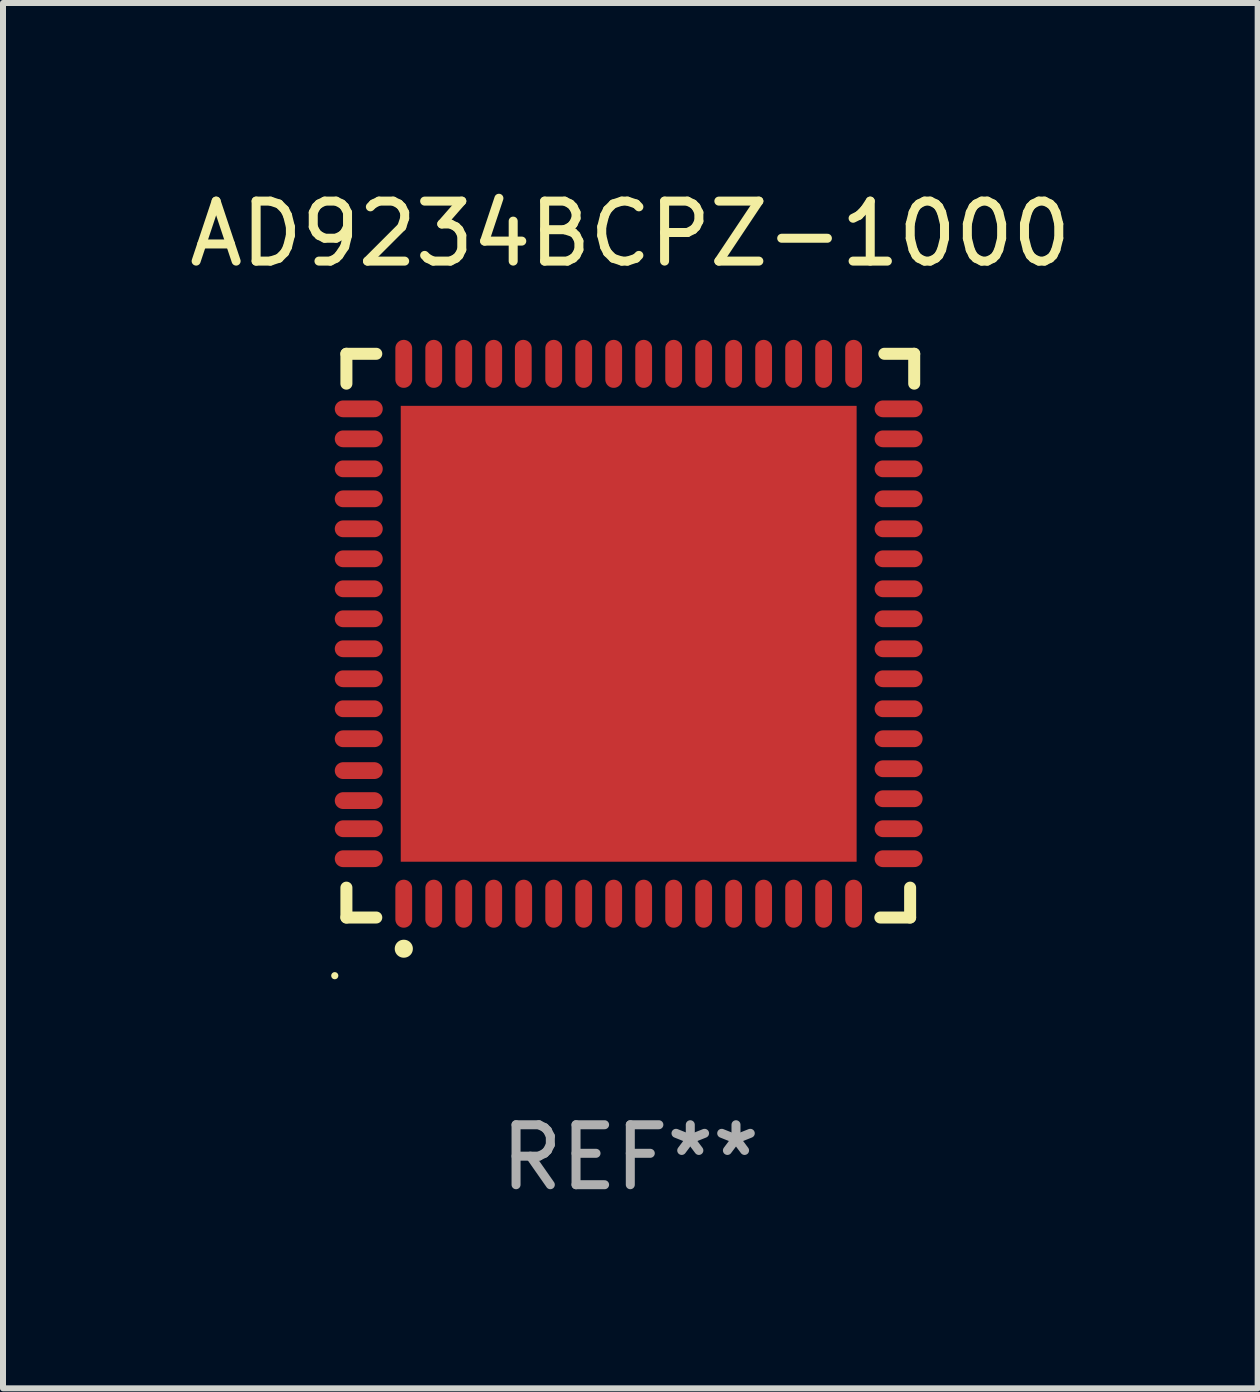
<source format=kicad_pcb>
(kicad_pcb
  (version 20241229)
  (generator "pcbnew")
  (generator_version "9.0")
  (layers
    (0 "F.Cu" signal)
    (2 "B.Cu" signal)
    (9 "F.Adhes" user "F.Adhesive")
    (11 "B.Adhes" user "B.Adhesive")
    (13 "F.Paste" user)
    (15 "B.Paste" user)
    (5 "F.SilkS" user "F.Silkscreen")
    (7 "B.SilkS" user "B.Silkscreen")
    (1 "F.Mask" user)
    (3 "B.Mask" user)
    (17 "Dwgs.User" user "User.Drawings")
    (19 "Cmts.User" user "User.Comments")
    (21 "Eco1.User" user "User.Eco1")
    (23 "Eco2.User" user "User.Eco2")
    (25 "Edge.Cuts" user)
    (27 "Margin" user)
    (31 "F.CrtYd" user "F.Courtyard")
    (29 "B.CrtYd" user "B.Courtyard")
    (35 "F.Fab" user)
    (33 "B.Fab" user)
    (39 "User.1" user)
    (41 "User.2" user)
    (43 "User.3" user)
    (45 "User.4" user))
  (footprint "AD9234BCPZ-1000"
    (layer "F.Cu")
    (at 7.458 7.547)
    (property "Reference" "AD9234BCPZ-1000" (at 0 -6.699 0) (layer "F.SilkS") (effects (font (size 1 1) (thickness 0.15))))
    (attr through_hole)
    (fp_line (start -4.733 -4.699) (end -4.235 -4.699) (stroke (width 0.2) (type solid)) (layer "F.SilkS"))
    (fp_line (start -4.733 -4.201) (end -4.733 -4.699) (stroke (width 0.2) (type solid)) (layer "F.SilkS"))
    (fp_line (start -4.733 4.699) (end -4.733 4.201) (stroke (width 0.2) (type solid)) (layer "F.SilkS"))
    (fp_line (start -4.235 4.699) (end -4.733 4.699) (stroke (width 0.2) (type solid)) (layer "F.SilkS"))
    (fp_line (start 4.168 4.699) (end 4.665 4.699) (stroke (width 0.2) (type solid)) (layer "F.SilkS"))
    (fp_line (start 4.665 4.699) (end 4.665 4.201) (stroke (width 0.2) (type solid)) (layer "F.SilkS"))
    (fp_line (start 4.733 -4.699) (end 4.235 -4.699) (stroke (width 0.2) (type solid)) (layer "F.SilkS"))
    (fp_line (start 4.733 -4.201) (end 4.733 -4.699) (stroke (width 0.2) (type solid)) (layer "F.SilkS"))
    (fp_arc (start -3.777419 5.219329) (mid -3.776149 5.219324) (end -3.774879 5.219329) (stroke (width 0.3) (type solid)) (layer "F.SilkS"))
    (fp_circle (center -4.927 5.669) (end -4.897 5.669) (stroke (width 0.06) (type solid)) (fill no) (layer "F.SilkS"))
    (fp_text user "REF**" (at 0 8.699 0) (layer "F.Fab") (effects (font (size 1 1) (thickness 0.15))))
    (pad "1" smd oval (at -3.777 4.469 180) (size 0.28 0.8) (layers "F.Cu" "F.Mask" "F.Paste"))
    (pad "2" smd oval (at -3.277 4.469 180) (size 0.28 0.8) (layers "F.Cu" "F.Mask" "F.Paste"))
    (pad "3" smd oval (at -2.777 4.469 180) (size 0.28 0.8) (layers "F.Cu" "F.Mask" "F.Paste"))
    (pad "4" smd oval (at -2.277 4.469 180) (size 0.28 0.8) (layers "F.Cu" "F.Mask" "F.Paste"))
    (pad "5" smd oval (at -1.777 4.469 180) (size 0.28 0.8) (layers "F.Cu" "F.Mask" "F.Paste"))
    (pad "6" smd oval (at -1.277 4.469 180) (size 0.28 0.8) (layers "F.Cu" "F.Mask" "F.Paste"))
    (pad "7" smd oval (at -0.777 4.469 180) (size 0.28 0.8) (layers "F.Cu" "F.Mask" "F.Paste"))
    (pad "8" smd oval (at -0.277 4.469 180) (size 0.28 0.8) (layers "F.Cu" "F.Mask" "F.Paste"))
    (pad "9" smd oval (at 0.223 4.469 180) (size 0.28 0.8) (layers "F.Cu" "F.Mask" "F.Paste"))
    (pad "10" smd oval (at 0.723 4.469 180) (size 0.28 0.8) (layers "F.Cu" "F.Mask" "F.Paste"))
    (pad "11" smd oval (at 1.223 4.469 180) (size 0.28 0.8) (layers "F.Cu" "F.Mask" "F.Paste"))
    (pad "12" smd oval (at 1.723 4.469 180) (size 0.28 0.8) (layers "F.Cu" "F.Mask" "F.Paste"))
    (pad "13" smd oval (at 2.223 4.469 180) (size 0.28 0.8) (layers "F.Cu" "F.Mask" "F.Paste"))
    (pad "14" smd oval (at 2.723 4.469 180) (size 0.28 0.8) (layers "F.Cu" "F.Mask" "F.Paste"))
    (pad "15" smd oval (at 3.223 4.469 180) (size 0.28 0.8) (layers "F.Cu" "F.Mask" "F.Paste"))
    (pad "16" smd oval (at 3.723 4.469 180) (size 0.28 0.8) (layers "F.Cu" "F.Mask" "F.Paste"))
    (pad "17" smd oval (at 4.473 3.719 270) (size 0.28 0.8) (layers "F.Cu" "F.Mask" "F.Paste"))
    (pad "18" smd oval (at 4.473 3.219 270) (size 0.28 0.8) (layers "F.Cu" "F.Mask" "F.Paste"))
    (pad "19" smd oval (at 4.473 2.719 270) (size 0.28 0.8) (layers "F.Cu" "F.Mask" "F.Paste"))
    (pad "20" smd oval (at 4.473 2.219 270) (size 0.28 0.8) (layers "F.Cu" "F.Mask" "F.Paste"))
    (pad "21" smd oval (at 4.473 1.719 270) (size 0.28 0.8) (layers "F.Cu" "F.Mask" "F.Paste"))
    (pad "22" smd oval (at 4.473 1.219 270) (size 0.28 0.8) (layers "F.Cu" "F.Mask" "F.Paste"))
    (pad "23" smd oval (at 4.473 0.719 270) (size 0.28 0.8) (layers "F.Cu" "F.Mask" "F.Paste"))
    (pad "24" smd oval (at 4.473 0.219 270) (size 0.28 0.8) (layers "F.Cu" "F.Mask" "F.Paste"))
    (pad "25" smd oval (at 4.473 -0.281 270) (size 0.28 0.8) (layers "F.Cu" "F.Mask" "F.Paste"))
    (pad "26" smd oval (at 4.473 -0.781 270) (size 0.28 0.8) (layers "F.Cu" "F.Mask" "F.Paste"))
    (pad "27" smd oval (at 4.473 -1.281 270) (size 0.28 0.8) (layers "F.Cu" "F.Mask" "F.Paste"))
    (pad "28" smd oval (at 4.473 -1.781 270) (size 0.28 0.8) (layers "F.Cu" "F.Mask" "F.Paste"))
    (pad "29" smd oval (at 4.473 -2.281 270) (size 0.28 0.8) (layers "F.Cu" "F.Mask" "F.Paste"))
    (pad "30" smd oval (at 4.473 -2.781 270) (size 0.28 0.8) (layers "F.Cu" "F.Mask" "F.Paste"))
    (pad "31" smd oval (at 4.473 -3.281 270) (size 0.28 0.8) (layers "F.Cu" "F.Mask" "F.Paste"))
    (pad "32" smd oval (at 4.473 -3.781 270) (size 0.28 0.8) (layers "F.Cu" "F.Mask" "F.Paste"))
    (pad "33" smd oval (at 3.723 -4.531) (size 0.28 0.8) (layers "F.Cu" "F.Mask" "F.Paste"))
    (pad "34" smd oval (at 3.223 -4.531) (size 0.28 0.8) (layers "F.Cu" "F.Mask" "F.Paste"))
    (pad "35" smd oval (at 2.723 -4.531) (size 0.28 0.8) (layers "F.Cu" "F.Mask" "F.Paste"))
    (pad "36" smd oval (at 2.223 -4.531) (size 0.28 0.8) (layers "F.Cu" "F.Mask" "F.Paste"))
    (pad "37" smd oval (at 1.723 -4.531) (size 0.28 0.8) (layers "F.Cu" "F.Mask" "F.Paste"))
    (pad "38" smd oval (at 1.223 -4.531) (size 0.28 0.8) (layers "F.Cu" "F.Mask" "F.Paste"))
    (pad "39" smd oval (at 0.723 -4.531) (size 0.28 0.8) (layers "F.Cu" "F.Mask" "F.Paste"))
    (pad "40" smd oval (at 0.223 -4.531) (size 0.28 0.8) (layers "F.Cu" "F.Mask" "F.Paste"))
    (pad "41" smd oval (at -0.277 -4.531) (size 0.28 0.8) (layers "F.Cu" "F.Mask" "F.Paste"))
    (pad "42" smd oval (at -0.777 -4.531) (size 0.28 0.8) (layers "F.Cu" "F.Mask" "F.Paste"))
    (pad "43" smd oval (at -1.277 -4.531) (size 0.28 0.8) (layers "F.Cu" "F.Mask" "F.Paste"))
    (pad "44" smd oval (at -1.784 -4.531) (size 0.28 0.8) (layers "F.Cu" "F.Mask" "F.Paste"))
    (pad "45" smd oval (at -2.277 -4.531) (size 0.28 0.8) (layers "F.Cu" "F.Mask" "F.Paste"))
    (pad "46" smd oval (at -2.777 -4.531) (size 0.28 0.8) (layers "F.Cu" "F.Mask" "F.Paste"))
    (pad "47" smd oval (at -3.277 -4.531) (size 0.28 0.8) (layers "F.Cu" "F.Mask" "F.Paste"))
    (pad "48" smd oval (at -3.777 -4.531) (size 0.28 0.8) (layers "F.Cu" "F.Mask" "F.Paste"))
    (pad "49" smd oval (at -4.527 -3.781 90) (size 0.28 0.8) (layers "F.Cu" "F.Mask" "F.Paste"))
    (pad "50" smd oval (at -4.527 -3.281 90) (size 0.28 0.8) (layers "F.Cu" "F.Mask" "F.Paste"))
    (pad "51" smd oval (at -4.527 -2.781 90) (size 0.28 0.8) (layers "F.Cu" "F.Mask" "F.Paste"))
    (pad "52" smd oval (at -4.527 -2.281 90) (size 0.28 0.8) (layers "F.Cu" "F.Mask" "F.Paste"))
    (pad "53" smd oval (at -4.527 -1.781 90) (size 0.28 0.8) (layers "F.Cu" "F.Mask" "F.Paste"))
    (pad "54" smd oval (at -4.527 -1.281 90) (size 0.28 0.8) (layers "F.Cu" "F.Mask" "F.Paste"))
    (pad "55" smd oval (at -4.527 -0.781 90) (size 0.28 0.8) (layers "F.Cu" "F.Mask" "F.Paste"))
    (pad "56" smd oval (at -4.527 -0.281 90) (size 0.28 0.8) (layers "F.Cu" "F.Mask" "F.Paste"))
    (pad "57" smd oval (at -4.527 0.219 90) (size 0.28 0.8) (layers "F.Cu" "F.Mask" "F.Paste"))
    (pad "58" smd oval (at -4.527 0.719 90) (size 0.28 0.8) (layers "F.Cu" "F.Mask" "F.Paste"))
    (pad "59" smd oval (at -4.527 1.219 90) (size 0.28 0.8) (layers "F.Cu" "F.Mask" "F.Paste"))
    (pad "60" smd oval (at -4.527 1.719 90) (size 0.28 0.8) (layers "F.Cu" "F.Mask" "F.Paste"))
    (pad "61" smd oval (at -4.527 2.25 90) (size 0.28 0.8) (layers "F.Cu" "F.Mask" "F.Paste"))
    (pad "62" smd oval (at -4.527 2.75 90) (size 0.28 0.8) (layers "F.Cu" "F.Mask" "F.Paste"))
    (pad "63" smd oval (at -4.527 3.219 90) (size 0.28 0.8) (layers "F.Cu" "F.Mask" "F.Paste"))
    (pad "64" smd oval (at -4.527 3.719 90) (size 0.28 0.8) (layers "F.Cu" "F.Mask" "F.Paste"))
    (pad "65" smd rect (at -0.027 -0.031 90) (size 7.6 7.6) (layers "F.Cu" "F.Mask" "F.Paste")))
  (gr_rect
    (start -3 -3)
    (end 17.917 20.095)
    (stroke (width 0.1) (type default))
    (fill no)
    (layer "Edge.Cuts")))
</source>
